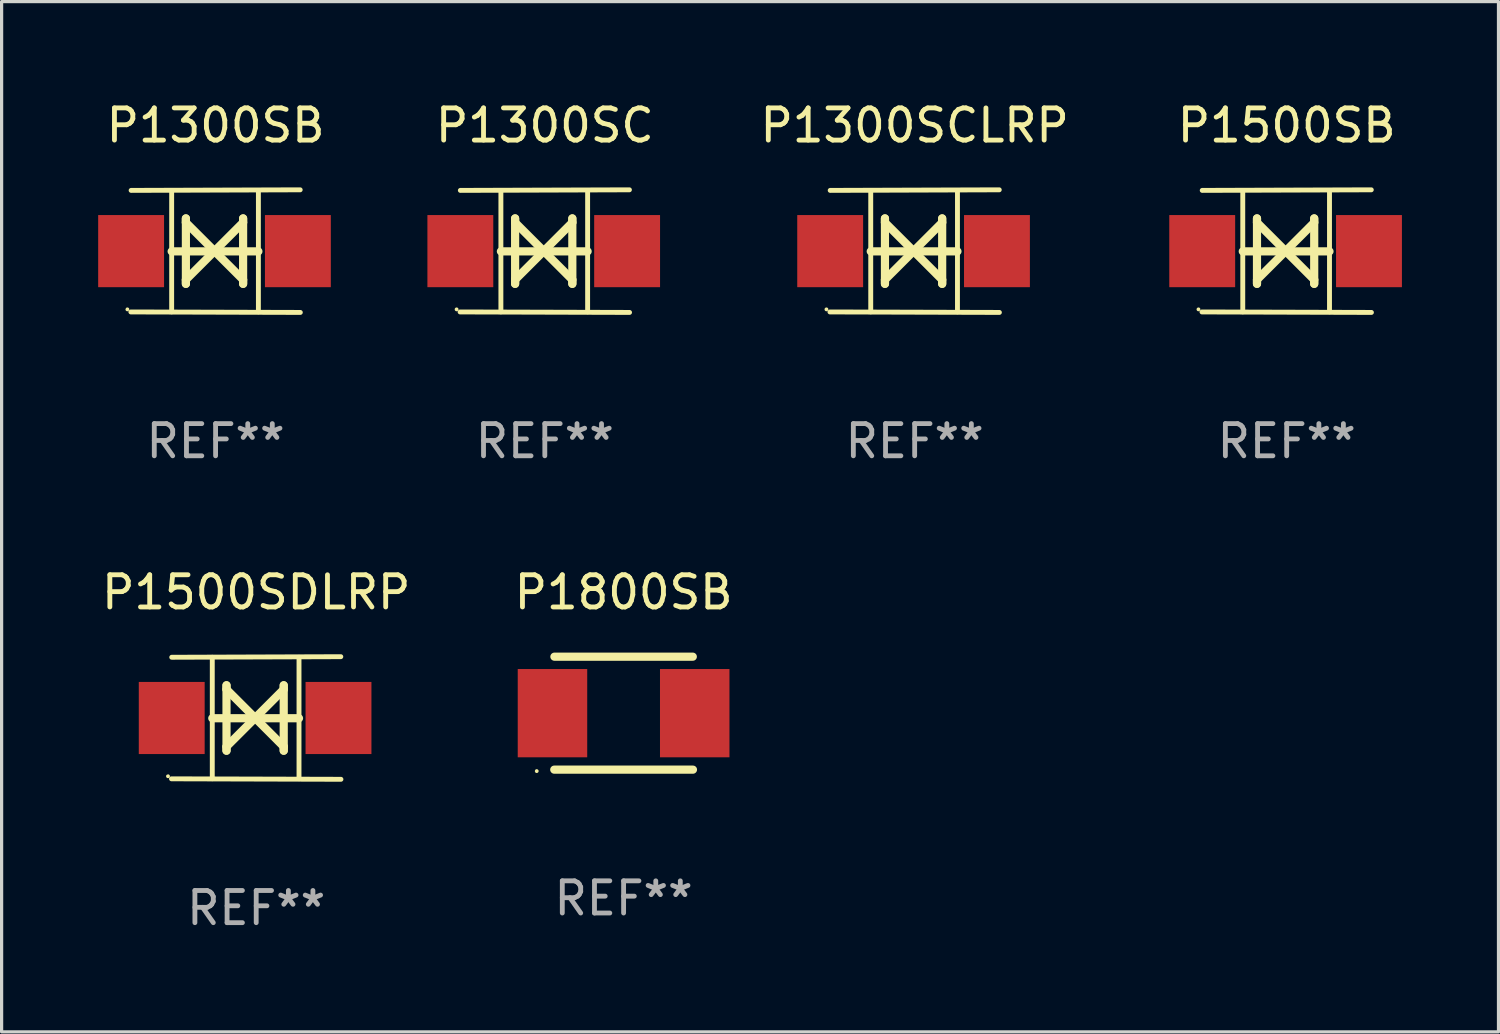
<source format=kicad_pcb>
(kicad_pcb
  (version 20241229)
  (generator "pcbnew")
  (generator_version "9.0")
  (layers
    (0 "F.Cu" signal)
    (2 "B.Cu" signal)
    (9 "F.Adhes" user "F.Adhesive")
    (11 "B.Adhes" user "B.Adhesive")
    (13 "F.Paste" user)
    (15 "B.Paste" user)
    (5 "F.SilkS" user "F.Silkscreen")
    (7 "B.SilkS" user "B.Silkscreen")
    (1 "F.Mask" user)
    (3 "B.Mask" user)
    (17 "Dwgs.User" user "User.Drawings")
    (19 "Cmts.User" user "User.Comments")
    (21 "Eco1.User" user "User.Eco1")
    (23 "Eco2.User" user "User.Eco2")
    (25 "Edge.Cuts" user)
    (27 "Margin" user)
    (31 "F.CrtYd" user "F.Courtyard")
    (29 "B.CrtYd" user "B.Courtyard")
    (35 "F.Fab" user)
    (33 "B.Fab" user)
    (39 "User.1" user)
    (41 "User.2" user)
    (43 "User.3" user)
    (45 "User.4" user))
  (footprint "P1800SB"
    (layer "F.Cu")
    (at 16.327 19.11)
    (property "Reference" "P1800SB" (at 0 -3.755 0) (layer "F.SilkS") (effects (font (size 1 1) (thickness 0.15))))
    (attr through_hole)
    (fp_line (start -2.15 -1.755) (end 2.15 -1.755) (stroke (width 0.254) (type solid)) (layer "F.SilkS"))
    (fp_line (start 2.155 1.755) (end -2.155 1.755) (stroke (width 0.254) (type solid)) (layer "F.SilkS"))
    (fp_circle (center -2.7 1.8) (end -2.67 1.8) (stroke (width 0.06) (type solid)) (fill no) (layer "F.SilkS"))
    (fp_text user "REF**" (at 0 5.755 0) (layer "F.Fab") (effects (font (size 1 1) (thickness 0.15))))
    (pad "1" smd rect (at -2.21 0) (size 2.159 2.743) (layers "F.Cu" "F.Mask" "F.Paste"))
    (pad "2" smd rect (at 2.21 0) (size 2.159 2.743) (layers "F.Cu" "F.Mask" "F.Paste")))
  (footprint "P1300SCLRP"
    (layer "F.Cu")
    (at 25.371 4.753)
    (property "Reference" "P1300SCLRP" (at 0 -3.905 0) (layer "F.SilkS") (effects (font (size 1 1) (thickness 0.15))))
    (attr through_hole)
    (fp_line (start -1.365 1.886) (end -1.365 -1.886) (stroke (width 0.152) (type solid)) (layer "F.SilkS"))
    (fp_line (start -1.365 0.008) (end 1.33 0.008) (stroke (width 0.254) (type solid)) (layer "F.SilkS"))
    (fp_line (start -0.923 -1.016) (end -0.923 1.016) (stroke (width 0.254) (type solid)) (layer "F.SilkS"))
    (fp_line (start -0.923 -0.889) (end -0.923 -1.016) (stroke (width 0.254) (type solid)) (layer "F.SilkS"))
    (fp_line (start -0.923 0.889) (end -0.034 0) (stroke (width 0.254) (type solid)) (layer "F.SilkS"))
    (fp_line (start -0.923 1.016) (end -0.923 0.889) (stroke (width 0.254) (type solid)) (layer "F.SilkS"))
    (fp_line (start -0.034 0) (end -0.923 -0.889) (stroke (width 0.254) (type solid)) (layer "F.SilkS"))
    (fp_line (start -0.034 0) (end 0.855 0.889) (stroke (width 0.254) (type solid)) (layer "F.SilkS"))
    (fp_line (start 0.855 -1.016) (end 0.855 -0.889) (stroke (width 0.254) (type solid)) (layer "F.SilkS"))
    (fp_line (start 0.855 -0.889) (end -0.034 0) (stroke (width 0.254) (type solid)) (layer "F.SilkS"))
    (fp_line (start 0.855 0.889) (end 0.855 1.016) (stroke (width 0.254) (type solid)) (layer "F.SilkS"))
    (fp_line (start 0.855 1.016) (end 0.855 -1.016) (stroke (width 0.254) (type solid)) (layer "F.SilkS"))
    (fp_line (start 1.33 1.886) (end 1.33 -1.886) (stroke (width 0.152) (type solid)) (layer "F.SilkS"))
    (fp_line (start 2.629 -1.905) (end -2.625 -1.887) (stroke (width 0.152) (type solid)) (layer "F.SilkS"))
    (fp_line (start 2.633 1.905) (end -2.633 1.89) (stroke (width 0.152) (type solid)) (layer "F.SilkS"))
    (fp_circle (center -2.741 1.81) (end -2.711 1.81) (stroke (width 0.06) (type solid)) (fill no) (layer "F.SilkS"))
    (fp_text user "REF**" (at 0 5.905 0) (layer "F.Fab") (effects (font (size 1 1) (thickness 0.15))))
    (pad "1" smd rect (at -2.625 0) (size 2.047 2.241) (layers "F.Cu" "F.Mask" "F.Paste"))
    (pad "2" smd rect (at 2.557 0) (size 2.047 2.241) (layers "F.Cu" "F.Mask" "F.Paste")))
  (footprint "P1500SB"
    (layer "F.Cu")
    (at 36.931 4.753)
    (property "Reference" "P1500SB" (at 0 -3.905 0) (layer "F.SilkS") (effects (font (size 1 1) (thickness 0.15))))
    (attr through_hole)
    (fp_line (start -1.365 1.886) (end -1.365 -1.886) (stroke (width 0.152) (type solid)) (layer "F.SilkS"))
    (fp_line (start -1.365 0.008) (end 1.33 0.008) (stroke (width 0.254) (type solid)) (layer "F.SilkS"))
    (fp_line (start -0.923 -1.016) (end -0.923 1.016) (stroke (width 0.254) (type solid)) (layer "F.SilkS"))
    (fp_line (start -0.923 -0.889) (end -0.923 -1.016) (stroke (width 0.254) (type solid)) (layer "F.SilkS"))
    (fp_line (start -0.923 0.889) (end -0.034 0) (stroke (width 0.254) (type solid)) (layer "F.SilkS"))
    (fp_line (start -0.923 1.016) (end -0.923 0.889) (stroke (width 0.254) (type solid)) (layer "F.SilkS"))
    (fp_line (start -0.034 0) (end -0.923 -0.889) (stroke (width 0.254) (type solid)) (layer "F.SilkS"))
    (fp_line (start -0.034 0) (end 0.855 0.889) (stroke (width 0.254) (type solid)) (layer "F.SilkS"))
    (fp_line (start 0.855 -1.016) (end 0.855 -0.889) (stroke (width 0.254) (type solid)) (layer "F.SilkS"))
    (fp_line (start 0.855 -0.889) (end -0.034 0) (stroke (width 0.254) (type solid)) (layer "F.SilkS"))
    (fp_line (start 0.855 0.889) (end 0.855 1.016) (stroke (width 0.254) (type solid)) (layer "F.SilkS"))
    (fp_line (start 0.855 1.016) (end 0.855 -1.016) (stroke (width 0.254) (type solid)) (layer "F.SilkS"))
    (fp_line (start 1.33 1.886) (end 1.33 -1.886) (stroke (width 0.152) (type solid)) (layer "F.SilkS"))
    (fp_line (start 2.629 -1.905) (end -2.625 -1.887) (stroke (width 0.152) (type solid)) (layer "F.SilkS"))
    (fp_line (start 2.633 1.905) (end -2.633 1.89) (stroke (width 0.152) (type solid)) (layer "F.SilkS"))
    (fp_circle (center -2.741 1.81) (end -2.711 1.81) (stroke (width 0.06) (type solid)) (fill no) (layer "F.SilkS"))
    (fp_text user "REF**" (at 0 5.905 0) (layer "F.Fab") (effects (font (size 1 1) (thickness 0.15))))
    (pad "1" smd rect (at -2.625 0) (size 2.047 2.241) (layers "F.Cu" "F.Mask" "F.Paste"))
    (pad "2" smd rect (at 2.557 0) (size 2.047 2.241) (layers "F.Cu" "F.Mask" "F.Paste")))
  (footprint "P1300SC"
    (layer "F.Cu")
    (at 13.879 4.753)
    (property "Reference" "P1300SC" (at 0 -3.905 0) (layer "F.SilkS") (effects (font (size 1 1) (thickness 0.15))))
    (attr through_hole)
    (fp_line (start -1.365 1.886) (end -1.365 -1.886) (stroke (width 0.152) (type solid)) (layer "F.SilkS"))
    (fp_line (start -1.365 0.008) (end 1.33 0.008) (stroke (width 0.254) (type solid)) (layer "F.SilkS"))
    (fp_line (start -0.923 -1.016) (end -0.923 1.016) (stroke (width 0.254) (type solid)) (layer "F.SilkS"))
    (fp_line (start -0.923 -0.889) (end -0.923 -1.016) (stroke (width 0.254) (type solid)) (layer "F.SilkS"))
    (fp_line (start -0.923 0.889) (end -0.034 0) (stroke (width 0.254) (type solid)) (layer "F.SilkS"))
    (fp_line (start -0.923 1.016) (end -0.923 0.889) (stroke (width 0.254) (type solid)) (layer "F.SilkS"))
    (fp_line (start -0.034 0) (end -0.923 -0.889) (stroke (width 0.254) (type solid)) (layer "F.SilkS"))
    (fp_line (start -0.034 0) (end 0.855 0.889) (stroke (width 0.254) (type solid)) (layer "F.SilkS"))
    (fp_line (start 0.855 -1.016) (end 0.855 -0.889) (stroke (width 0.254) (type solid)) (layer "F.SilkS"))
    (fp_line (start 0.855 -0.889) (end -0.034 0) (stroke (width 0.254) (type solid)) (layer "F.SilkS"))
    (fp_line (start 0.855 0.889) (end 0.855 1.016) (stroke (width 0.254) (type solid)) (layer "F.SilkS"))
    (fp_line (start 0.855 1.016) (end 0.855 -1.016) (stroke (width 0.254) (type solid)) (layer "F.SilkS"))
    (fp_line (start 1.33 1.886) (end 1.33 -1.886) (stroke (width 0.152) (type solid)) (layer "F.SilkS"))
    (fp_line (start 2.629 -1.905) (end -2.625 -1.887) (stroke (width 0.152) (type solid)) (layer "F.SilkS"))
    (fp_line (start 2.633 1.905) (end -2.633 1.89) (stroke (width 0.152) (type solid)) (layer "F.SilkS"))
    (fp_circle (center -2.741 1.81) (end -2.711 1.81) (stroke (width 0.06) (type solid)) (fill no) (layer "F.SilkS"))
    (fp_text user "REF**" (at 0 5.905 0) (layer "F.Fab") (effects (font (size 1 1) (thickness 0.15))))
    (pad "1" smd rect (at -2.625 0) (size 2.047 2.241) (layers "F.Cu" "F.Mask" "F.Paste"))
    (pad "2" smd rect (at 2.557 0) (size 2.047 2.241) (layers "F.Cu" "F.Mask" "F.Paste")))
  (footprint "P1300SB"
    (layer "F.Cu")
    (at 3.649 4.753)
    (property "Reference" "P1300SB" (at 0 -3.905 0) (layer "F.SilkS") (effects (font (size 1 1) (thickness 0.15))))
    (attr through_hole)
    (fp_line (start -1.365 1.886) (end -1.365 -1.886) (stroke (width 0.152) (type solid)) (layer "F.SilkS"))
    (fp_line (start -1.365 0.008) (end 1.33 0.008) (stroke (width 0.254) (type solid)) (layer "F.SilkS"))
    (fp_line (start -0.923 -1.016) (end -0.923 1.016) (stroke (width 0.254) (type solid)) (layer "F.SilkS"))
    (fp_line (start -0.923 -0.889) (end -0.923 -1.016) (stroke (width 0.254) (type solid)) (layer "F.SilkS"))
    (fp_line (start -0.923 0.889) (end -0.034 0) (stroke (width 0.254) (type solid)) (layer "F.SilkS"))
    (fp_line (start -0.923 1.016) (end -0.923 0.889) (stroke (width 0.254) (type solid)) (layer "F.SilkS"))
    (fp_line (start -0.034 0) (end -0.923 -0.889) (stroke (width 0.254) (type solid)) (layer "F.SilkS"))
    (fp_line (start -0.034 0) (end 0.855 0.889) (stroke (width 0.254) (type solid)) (layer "F.SilkS"))
    (fp_line (start 0.855 -1.016) (end 0.855 -0.889) (stroke (width 0.254) (type solid)) (layer "F.SilkS"))
    (fp_line (start 0.855 -0.889) (end -0.034 0) (stroke (width 0.254) (type solid)) (layer "F.SilkS"))
    (fp_line (start 0.855 0.889) (end 0.855 1.016) (stroke (width 0.254) (type solid)) (layer "F.SilkS"))
    (fp_line (start 0.855 1.016) (end 0.855 -1.016) (stroke (width 0.254) (type solid)) (layer "F.SilkS"))
    (fp_line (start 1.33 1.886) (end 1.33 -1.886) (stroke (width 0.152) (type solid)) (layer "F.SilkS"))
    (fp_line (start 2.629 -1.905) (end -2.625 -1.887) (stroke (width 0.152) (type solid)) (layer "F.SilkS"))
    (fp_line (start 2.633 1.905) (end -2.633 1.89) (stroke (width 0.152) (type solid)) (layer "F.SilkS"))
    (fp_circle (center -2.741 1.81) (end -2.711 1.81) (stroke (width 0.06) (type solid)) (fill no) (layer "F.SilkS"))
    (fp_text user "REF**" (at 0 5.905 0) (layer "F.Fab") (effects (font (size 1 1) (thickness 0.15))))
    (pad "1" smd rect (at -2.625 0) (size 2.047 2.241) (layers "F.Cu" "F.Mask" "F.Paste"))
    (pad "2" smd rect (at 2.557 0) (size 2.047 2.241) (layers "F.Cu" "F.Mask" "F.Paste")))
  (footprint "P1500SDLRP"
    (layer "F.Cu")
    (at 4.911 19.26)
    (property "Reference" "P1500SDLRP" (at 0 -3.905 0) (layer "F.SilkS") (effects (font (size 1 1) (thickness 0.15))))
    (attr through_hole)
    (fp_line (start -1.365 1.886) (end -1.365 -1.886) (stroke (width 0.152) (type solid)) (layer "F.SilkS"))
    (fp_line (start -1.365 0.008) (end 1.33 0.008) (stroke (width 0.254) (type solid)) (layer "F.SilkS"))
    (fp_line (start -0.923 -1.016) (end -0.923 1.016) (stroke (width 0.254) (type solid)) (layer "F.SilkS"))
    (fp_line (start -0.923 -0.889) (end -0.923 -1.016) (stroke (width 0.254) (type solid)) (layer "F.SilkS"))
    (fp_line (start -0.923 0.889) (end -0.034 0) (stroke (width 0.254) (type solid)) (layer "F.SilkS"))
    (fp_line (start -0.923 1.016) (end -0.923 0.889) (stroke (width 0.254) (type solid)) (layer "F.SilkS"))
    (fp_line (start -0.034 0) (end -0.923 -0.889) (stroke (width 0.254) (type solid)) (layer "F.SilkS"))
    (fp_line (start -0.034 0) (end 0.855 0.889) (stroke (width 0.254) (type solid)) (layer "F.SilkS"))
    (fp_line (start 0.855 -1.016) (end 0.855 -0.889) (stroke (width 0.254) (type solid)) (layer "F.SilkS"))
    (fp_line (start 0.855 -0.889) (end -0.034 0) (stroke (width 0.254) (type solid)) (layer "F.SilkS"))
    (fp_line (start 0.855 0.889) (end 0.855 1.016) (stroke (width 0.254) (type solid)) (layer "F.SilkS"))
    (fp_line (start 0.855 1.016) (end 0.855 -1.016) (stroke (width 0.254) (type solid)) (layer "F.SilkS"))
    (fp_line (start 1.33 1.886) (end 1.33 -1.886) (stroke (width 0.152) (type solid)) (layer "F.SilkS"))
    (fp_line (start 2.629 -1.905) (end -2.625 -1.887) (stroke (width 0.152) (type solid)) (layer "F.SilkS"))
    (fp_line (start 2.633 1.905) (end -2.633 1.89) (stroke (width 0.152) (type solid)) (layer "F.SilkS"))
    (fp_circle (center -2.741 1.81) (end -2.711 1.81) (stroke (width 0.06) (type solid)) (fill no) (layer "F.SilkS"))
    (fp_text user "REF**" (at 0 5.905 0) (layer "F.Fab") (effects (font (size 1 1) (thickness 0.15))))
    (pad "1" smd rect (at -2.625 0) (size 2.047 2.241) (layers "F.Cu" "F.Mask" "F.Paste"))
    (pad "2" smd rect (at 2.557 0) (size 2.047 2.241) (layers "F.Cu" "F.Mask" "F.Paste")))
  (gr_rect
    (start -3 -3)
    (end 43.512 29.013)
    (stroke (width 0.1) (type default))
    (fill no)
    (layer "Edge.Cuts")))
</source>
